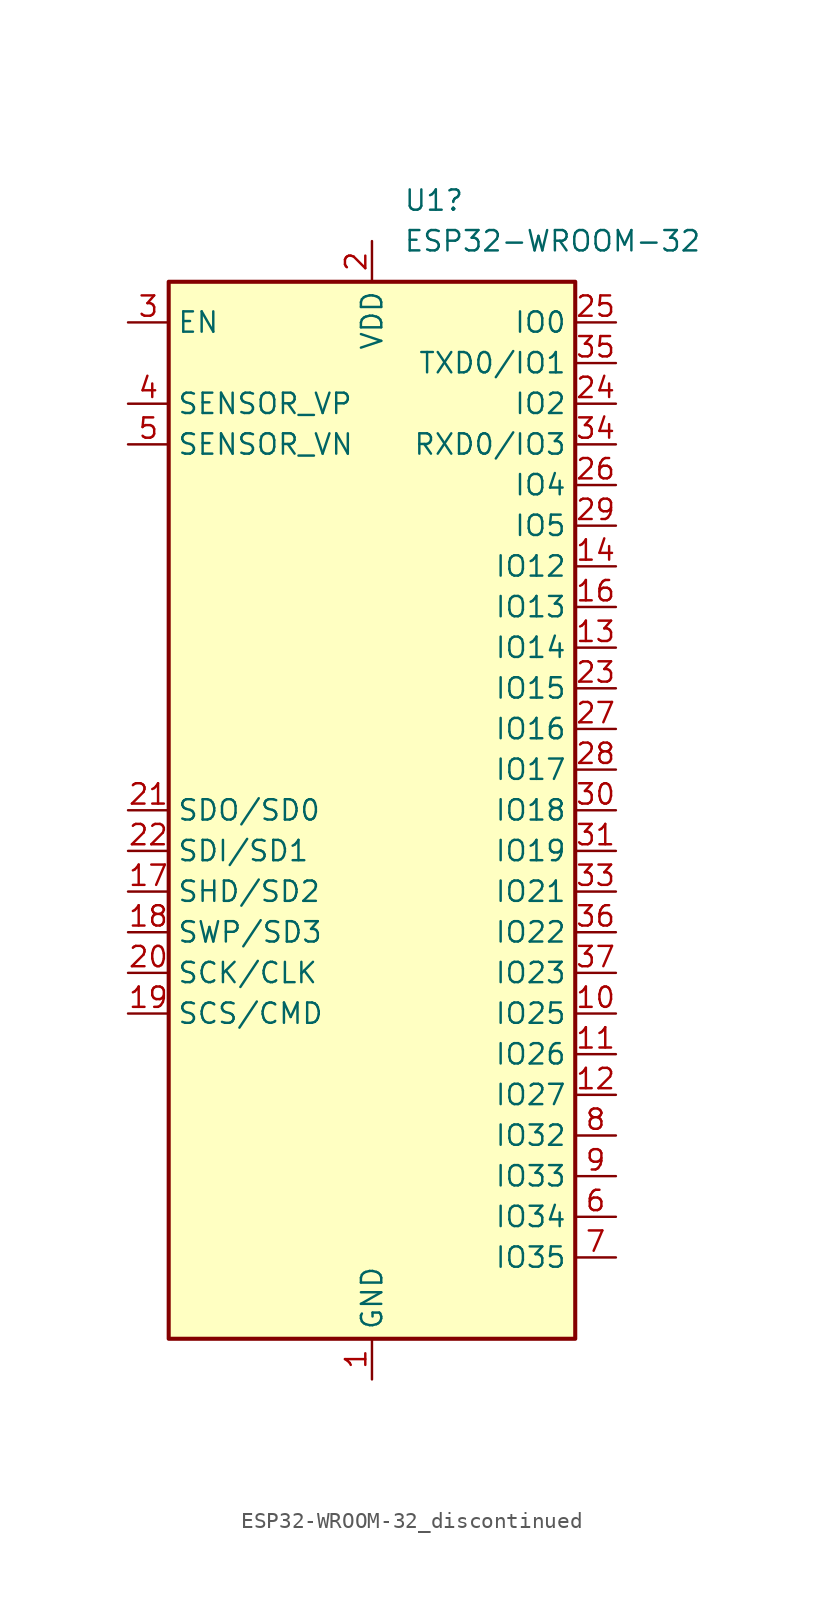
<source format=kicad_sym>
(kicad_symbol_lib
  (version 20231120)
  (generator "kicad_symbol_editor")
  (generator_version "8.0")
  (symbol "ESP32-WROOM-32_discontinued"
    (property "Reference" "U1"
      (at 1.956 38.1 0)
      (effects (font (size 1.27 1.27)) (justify left)))
    (property "Value" "ESP32-WROOM-32"
      (at 1.956 35.56 0)
      (effects (font (size 1.27 1.27)) (justify left)))
    (symbol "ESP32-WROOM-32_discontinued_0_1"
      (rectangle (start -12.7 33.02) (end 12.7 -33.02) (stroke (width 0.254) (type default)) (fill (type background))))
    (symbol "ESP32-WROOM-32_discontinued_1_1"
      (pin power_in line (at 0 -35.56 90) (length 2.54) (name "GND" (effects (font (size 1.27 1.27)))) (number "1" (effects (font (size 1.27 1.27)))))
      (pin bidirectional line (at 15.24 -12.7 180) (length 2.54) (name "IO25" (effects (font (size 1.27 1.27)))) (number "10" (effects (font (size 1.27 1.27)))))
      (pin bidirectional line (at 15.24 -15.24 180) (length 2.54) (name "IO26" (effects (font (size 1.27 1.27)))) (number "11" (effects (font (size 1.27 1.27)))))
      (pin bidirectional line (at 15.24 -17.78 180) (length 2.54) (name "IO27" (effects (font (size 1.27 1.27)))) (number "12" (effects (font (size 1.27 1.27)))))
      (pin bidirectional line (at 15.24 10.16 180) (length 2.54) (name "IO14" (effects (font (size 1.27 1.27)))) (number "13" (effects (font (size 1.27 1.27)))))
      (pin bidirectional line (at 15.24 15.24 180) (length 2.54) (name "IO12" (effects (font (size 1.27 1.27)))) (number "14" (effects (font (size 1.27 1.27)))))
      (pin passive line (at 0 -35.56 90) (length 2.54) hide (name "GND" (effects (font (size 1.27 1.27)))) (number "15" (effects (font (size 1.27 1.27)))))
      (pin bidirectional line (at 15.24 12.7 180) (length 2.54) (name "IO13" (effects (font (size 1.27 1.27)))) (number "16" (effects (font (size 1.27 1.27)))))
      (pin bidirectional line (at -15.24 -5.08 0) (length 2.54) (name "SHD/SD2" (effects (font (size 1.27 1.27)))) (number "17" (effects (font (size 1.27 1.27)))))
      (pin bidirectional line (at -15.24 -7.62 0) (length 2.54) (name "SWP/SD3" (effects (font (size 1.27 1.27)))) (number "18" (effects (font (size 1.27 1.27)))))
      (pin bidirectional line (at -15.24 -12.7 0) (length 2.54) (name "SCS/CMD" (effects (font (size 1.27 1.27)))) (number "19" (effects (font (size 1.27 1.27)))))
      (pin power_in line (at 0 35.56 270) (length 2.54) (name "VDD" (effects (font (size 1.27 1.27)))) (number "2" (effects (font (size 1.27 1.27)))))
      (pin bidirectional line (at -15.24 -10.16 0) (length 2.54) (name "SCK/CLK" (effects (font (size 1.27 1.27)))) (number "20" (effects (font (size 1.27 1.27)))))
      (pin bidirectional line (at -15.24 0 0) (length 2.54) (name "SDO/SD0" (effects (font (size 1.27 1.27)))) (number "21" (effects (font (size 1.27 1.27)))))
      (pin bidirectional line (at -15.24 -2.54 0) (length 2.54) (name "SDI/SD1" (effects (font (size 1.27 1.27)))) (number "22" (effects (font (size 1.27 1.27)))))
      (pin bidirectional line (at 15.24 7.62 180) (length 2.54) (name "IO15" (effects (font (size 1.27 1.27)))) (number "23" (effects (font (size 1.27 1.27)))))
      (pin bidirectional line (at 15.24 25.4 180) (length 2.54) (name "IO2" (effects (font (size 1.27 1.27)))) (number "24" (effects (font (size 1.27 1.27)))))
      (pin bidirectional line (at 15.24 30.48 180) (length 2.54) (name "IO0" (effects (font (size 1.27 1.27)))) (number "25" (effects (font (size 1.27 1.27)))))
      (pin bidirectional line (at 15.24 20.32 180) (length 2.54) (name "IO4" (effects (font (size 1.27 1.27)))) (number "26" (effects (font (size 1.27 1.27)))))
      (pin bidirectional line (at 15.24 5.08 180) (length 2.54) (name "IO16" (effects (font (size 1.27 1.27)))) (number "27" (effects (font (size 1.27 1.27)))))
      (pin bidirectional line (at 15.24 2.54 180) (length 2.54) (name "IO17" (effects (font (size 1.27 1.27)))) (number "28" (effects (font (size 1.27 1.27)))))
      (pin bidirectional line (at 15.24 17.78 180) (length 2.54) (name "IO5" (effects (font (size 1.27 1.27)))) (number "29" (effects (font (size 1.27 1.27)))))
      (pin input line (at -15.24 30.48 0) (length 2.54) (name "EN" (effects (font (size 1.27 1.27)))) (number "3" (effects (font (size 1.27 1.27)))))
      (pin bidirectional line (at 15.24 0 180) (length 2.54) (name "IO18" (effects (font (size 1.27 1.27)))) (number "30" (effects (font (size 1.27 1.27)))))
      (pin bidirectional line (at 15.24 -2.54 180) (length 2.54) (name "IO19" (effects (font (size 1.27 1.27)))) (number "31" (effects (font (size 1.27 1.27)))))
      (pin no_connect line (at -12.7 -27.94 0) (length 2.54) hide (name "NC" (effects (font (size 1.27 1.27)))) (number "32" (effects (font (size 1.27 1.27)))))
      (pin bidirectional line (at 15.24 -5.08 180) (length 2.54) (name "IO21" (effects (font (size 1.27 1.27)))) (number "33" (effects (font (size 1.27 1.27)))))
      (pin bidirectional line (at 15.24 22.86 180) (length 2.54) (name "RXD0/IO3" (effects (font (size 1.27 1.27)))) (number "34" (effects (font (size 1.27 1.27)))))
      (pin bidirectional line (at 15.24 27.94 180) (length 2.54) (name "TXD0/IO1" (effects (font (size 1.27 1.27)))) (number "35" (effects (font (size 1.27 1.27)))))
      (pin bidirectional line (at 15.24 -7.62 180) (length 2.54) (name "IO22" (effects (font (size 1.27 1.27)))) (number "36" (effects (font (size 1.27 1.27)))))
      (pin bidirectional line (at 15.24 -10.16 180) (length 2.54) (name "IO23" (effects (font (size 1.27 1.27)))) (number "37" (effects (font (size 1.27 1.27)))))
      (pin passive line (at 0 -35.56 90) (length 2.54) hide (name "GND" (effects (font (size 1.27 1.27)))) (number "38" (effects (font (size 1.27 1.27)))))
      (pin passive line (at 0 -35.56 90) (length 2.54) hide (name "GND" (effects (font (size 1.27 1.27)))) (number "39" (effects (font (size 1.27 1.27)))))
      (pin input line (at -15.24 25.4 0) (length 2.54) (name "SENSOR_VP" (effects (font (size 1.27 1.27)))) (number "4" (effects (font (size 1.27 1.27)))))
      (pin input line (at -15.24 22.86 0) (length 2.54) (name "SENSOR_VN" (effects (font (size 1.27 1.27)))) (number "5" (effects (font (size 1.27 1.27)))))
      (pin input line (at 15.24 -25.4 180) (length 2.54) (name "IO34" (effects (font (size 1.27 1.27)))) (number "6" (effects (font (size 1.27 1.27)))))
      (pin input line (at 15.24 -27.94 180) (length 2.54) (name "IO35" (effects (font (size 1.27 1.27)))) (number "7" (effects (font (size 1.27 1.27)))))
      (pin bidirectional line (at 15.24 -20.32 180) (length 2.54) (name "IO32" (effects (font (size 1.27 1.27)))) (number "8" (effects (font (size 1.27 1.27)))))
      (pin bidirectional line (at 15.24 -22.86 180) (length 2.54) (name "IO33" (effects (font (size 1.27 1.27)))) (number "9" (effects (font (size 1.27 1.27))))))))
</source>
